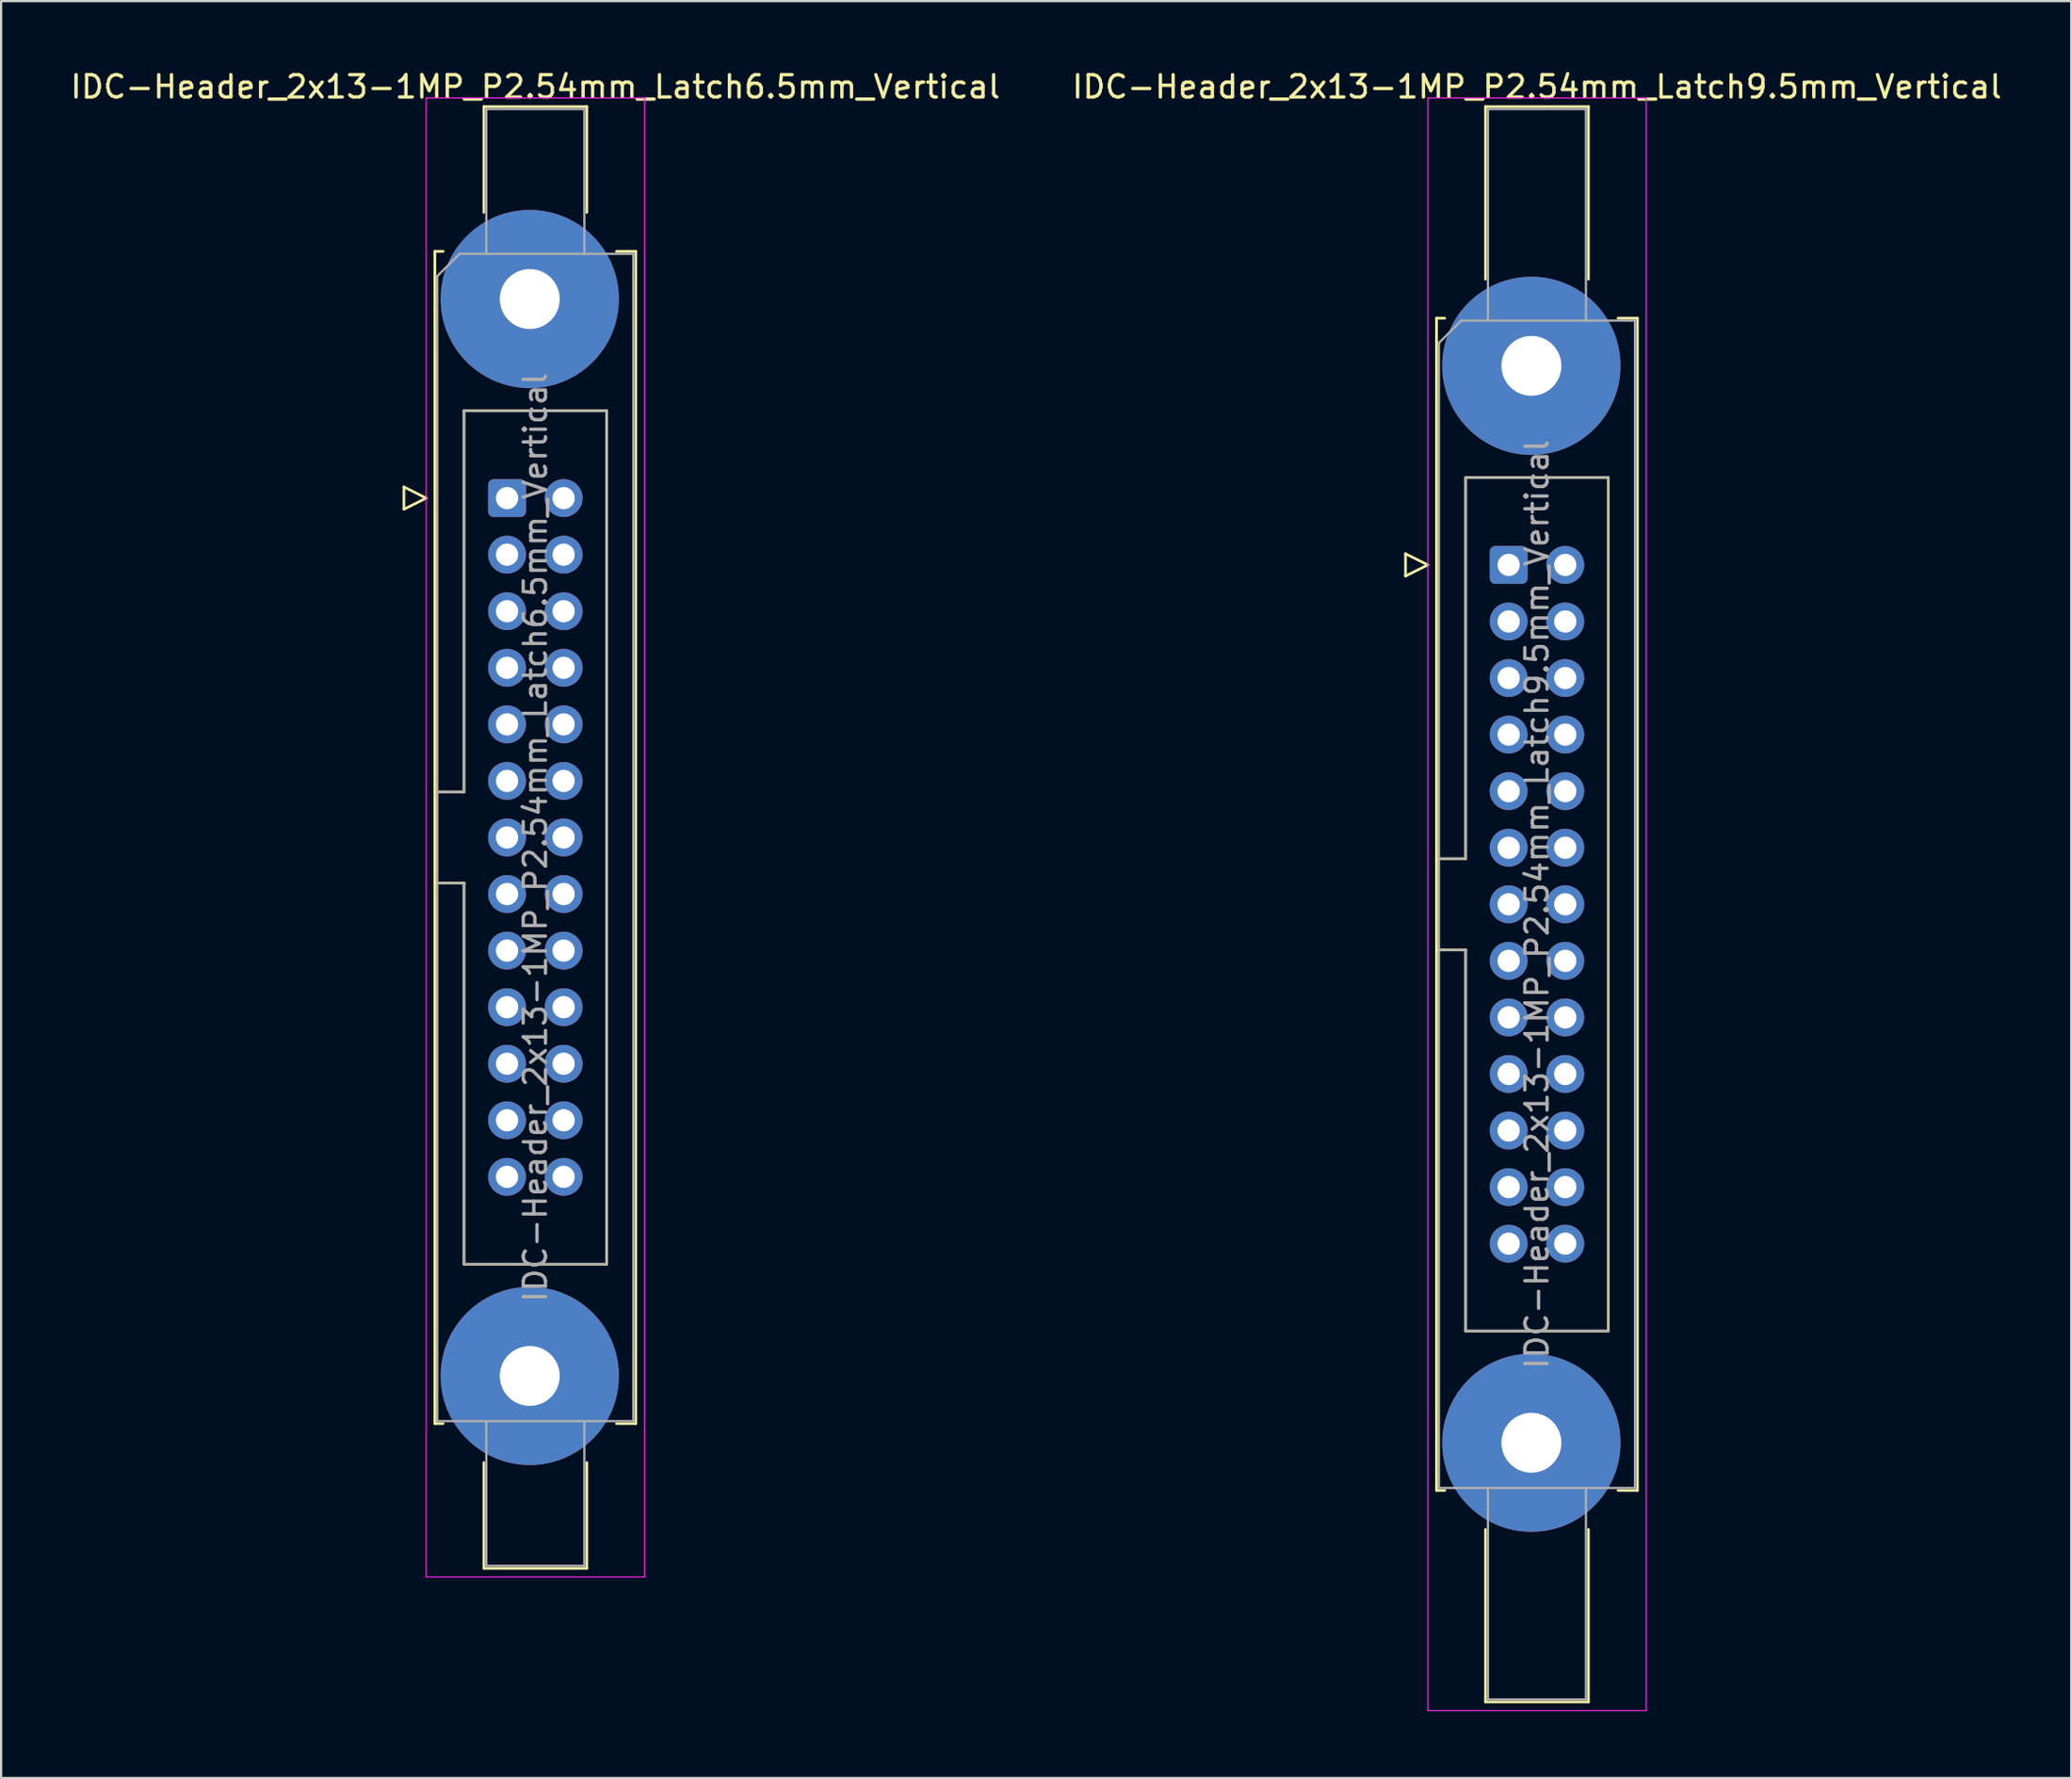
<source format=kicad_pcb>
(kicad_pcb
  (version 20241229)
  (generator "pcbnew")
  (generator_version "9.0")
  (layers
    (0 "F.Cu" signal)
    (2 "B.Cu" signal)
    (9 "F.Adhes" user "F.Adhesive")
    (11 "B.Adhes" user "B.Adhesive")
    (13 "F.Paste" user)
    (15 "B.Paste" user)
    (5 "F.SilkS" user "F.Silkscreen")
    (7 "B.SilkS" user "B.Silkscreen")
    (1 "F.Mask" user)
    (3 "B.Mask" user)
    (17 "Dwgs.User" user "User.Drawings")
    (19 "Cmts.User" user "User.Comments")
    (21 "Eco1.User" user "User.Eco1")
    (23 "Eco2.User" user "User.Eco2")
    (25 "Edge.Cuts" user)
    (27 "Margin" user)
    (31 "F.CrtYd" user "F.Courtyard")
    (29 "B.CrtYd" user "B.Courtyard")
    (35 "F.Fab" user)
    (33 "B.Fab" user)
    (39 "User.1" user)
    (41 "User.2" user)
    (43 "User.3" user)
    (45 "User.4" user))
  (footprint "IDC-Header_2x13-1MP_P2.54mm_Latch9.5mm_Vertical"
    (layer "F.Cu")
    (at 64.676 22.318)
    (property "Reference" "IDC-Header_2x13-1MP_P2.54mm_Latch9.5mm_Vertical" (at 1.27 -21.47 0) (layer "F.SilkS") (effects (font (size 1 1) (thickness 0.15))))
    (attr through_hole)
    (fp_line (start -4.63 -0.5) (end -4.63 0.5) (stroke (width 0.12) (type solid)) (layer "F.SilkS"))
    (fp_line (start -4.63 0.5) (end -3.63 0) (stroke (width 0.12) (type solid)) (layer "F.SilkS"))
    (fp_line (start -3.63 0) (end -4.63 -0.5) (stroke (width 0.12) (type solid)) (layer "F.SilkS"))
    (fp_line (start -3.24 -11.08) (end -3.24 41.56) (stroke (width 0.12) (type solid)) (layer "F.SilkS"))
    (fp_line (start -3.24 13.19) (end -1.93 13.19) (stroke (width 0.12) (type solid)) (layer "F.SilkS"))
    (fp_line (start -3.24 41.56) (end -2.87 41.56) (stroke (width 0.12) (type solid)) (layer "F.SilkS"))
    (fp_line (start -2.87 -11.08) (end -3.24 -11.08) (stroke (width 0.12) (type solid)) (layer "F.SilkS"))
    (fp_line (start -1.93 -3.92) (end 4.47 -3.92) (stroke (width 0.12) (type solid)) (layer "F.SilkS"))
    (fp_line (start -1.93 13.19) (end -1.93 -3.92) (stroke (width 0.12) (type solid)) (layer "F.SilkS"))
    (fp_line (start -1.93 17.29) (end -3.24 17.29) (stroke (width 0.12) (type solid)) (layer "F.SilkS"))
    (fp_line (start -1.93 17.29) (end -1.93 17.29) (stroke (width 0.12) (type solid)) (layer "F.SilkS"))
    (fp_line (start -1.93 34.4) (end -1.93 17.29) (stroke (width 0.12) (type solid)) (layer "F.SilkS"))
    (fp_line (start -1.04 -20.58) (end 3.58 -20.58) (stroke (width 0.12) (type solid)) (layer "F.SilkS"))
    (fp_line (start -1.04 -12.83) (end -1.04 -20.58) (stroke (width 0.12) (type solid)) (layer "F.SilkS"))
    (fp_line (start -1.04 43.31) (end -1.04 51.06) (stroke (width 0.12) (type solid)) (layer "F.SilkS"))
    (fp_line (start -1.04 51.06) (end 3.58 51.06) (stroke (width 0.12) (type solid)) (layer "F.SilkS"))
    (fp_line (start 3.58 -20.58) (end 3.58 -12.83) (stroke (width 0.12) (type solid)) (layer "F.SilkS"))
    (fp_line (start 3.58 51.06) (end 3.58 43.31) (stroke (width 0.12) (type solid)) (layer "F.SilkS"))
    (fp_line (start 4.47 -3.92) (end 4.47 34.4) (stroke (width 0.12) (type solid)) (layer "F.SilkS"))
    (fp_line (start 4.47 34.4) (end -1.93 34.4) (stroke (width 0.12) (type solid)) (layer "F.SilkS"))
    (fp_line (start 4.91 -11.08) (end 5.78 -11.08) (stroke (width 0.12) (type solid)) (layer "F.SilkS"))
    (fp_line (start 5.78 -11.08) (end 5.78 41.56) (stroke (width 0.12) (type solid)) (layer "F.SilkS"))
    (fp_line (start 5.78 41.56) (end 4.91 41.56) (stroke (width 0.12) (type solid)) (layer "F.SilkS"))
    (fp_line (start -3.63 -20.97) (end -3.63 51.45) (stroke (width 0.05) (type solid)) (layer "F.CrtYd"))
    (fp_line (start -3.63 51.45) (end 6.17 51.45) (stroke (width 0.05) (type solid)) (layer "F.CrtYd"))
    (fp_line (start 6.17 -20.97) (end -3.63 -20.97) (stroke (width 0.05) (type solid)) (layer "F.CrtYd"))
    (fp_line (start 6.17 51.45) (end 6.17 -20.97) (stroke (width 0.05) (type solid)) (layer "F.CrtYd"))
    (fp_line (start -3.13 -9.97) (end -2.13 -10.97) (stroke (width 0.1) (type solid)) (layer "F.Fab"))
    (fp_line (start -3.13 13.19) (end -1.93 13.19) (stroke (width 0.1) (type solid)) (layer "F.Fab"))
    (fp_line (start -3.13 41.45) (end -3.13 -9.97) (stroke (width 0.1) (type solid)) (layer "F.Fab"))
    (fp_line (start -2.13 -10.97) (end 5.67 -10.97) (stroke (width 0.1) (type solid)) (layer "F.Fab"))
    (fp_line (start -1.93 -3.92) (end 4.47 -3.92) (stroke (width 0.1) (type solid)) (layer "F.Fab"))
    (fp_line (start -1.93 13.19) (end -1.93 -3.92) (stroke (width 0.1) (type solid)) (layer "F.Fab"))
    (fp_line (start -1.93 17.29) (end -3.13 17.29) (stroke (width 0.1) (type solid)) (layer "F.Fab"))
    (fp_line (start -1.93 17.29) (end -1.93 17.29) (stroke (width 0.1) (type solid)) (layer "F.Fab"))
    (fp_line (start -1.93 34.4) (end -1.93 17.29) (stroke (width 0.1) (type solid)) (layer "F.Fab"))
    (fp_line (start -0.93 -20.47) (end 3.47 -20.47) (stroke (width 0.1) (type solid)) (layer "F.Fab"))
    (fp_line (start -0.93 -10.97) (end -0.93 -20.47) (stroke (width 0.1) (type solid)) (layer "F.Fab"))
    (fp_line (start -0.93 41.45) (end -0.93 50.95) (stroke (width 0.1) (type solid)) (layer "F.Fab"))
    (fp_line (start -0.93 50.95) (end 3.47 50.95) (stroke (width 0.1) (type solid)) (layer "F.Fab"))
    (fp_line (start 3.47 -20.47) (end 3.47 -10.97) (stroke (width 0.1) (type solid)) (layer "F.Fab"))
    (fp_line (start 3.47 50.95) (end 3.47 41.45) (stroke (width 0.1) (type solid)) (layer "F.Fab"))
    (fp_line (start 4.47 -3.92) (end 4.47 34.4) (stroke (width 0.1) (type solid)) (layer "F.Fab"))
    (fp_line (start 4.47 34.4) (end -1.93 34.4) (stroke (width 0.1) (type solid)) (layer "F.Fab"))
    (fp_line (start 5.67 -10.97) (end 5.67 41.45) (stroke (width 0.1) (type solid)) (layer "F.Fab"))
    (fp_line (start 5.67 41.45) (end -3.13 41.45) (stroke (width 0.1) (type solid)) (layer "F.Fab"))
    (fp_text user "${REFERENCE}" (at 1.27 15.24 90) (layer "F.Fab") (effects (font (size 1 1) (thickness 0.15))))
    (pad "1" thru_hole roundrect (at 0 0) (size 1.7 1.7) (drill 1) (layers "*.Cu" "*.Mask") (roundrect_rratio 0.147))
    (pad "2" thru_hole circle (at 2.54 0) (size 1.7 1.7) (drill 1) (layers "*.Cu" "*.Mask"))
    (pad "3" thru_hole circle (at 0 2.54) (size 1.7 1.7) (drill 1) (layers "*.Cu" "*.Mask"))
    (pad "4" thru_hole circle (at 2.54 2.54) (size 1.7 1.7) (drill 1) (layers "*.Cu" "*.Mask"))
    (pad "5" thru_hole circle (at 0 5.08) (size 1.7 1.7) (drill 1) (layers "*.Cu" "*.Mask"))
    (pad "6" thru_hole circle (at 2.54 5.08) (size 1.7 1.7) (drill 1) (layers "*.Cu" "*.Mask"))
    (pad "7" thru_hole circle (at 0 7.62) (size 1.7 1.7) (drill 1) (layers "*.Cu" "*.Mask"))
    (pad "8" thru_hole circle (at 2.54 7.62) (size 1.7 1.7) (drill 1) (layers "*.Cu" "*.Mask"))
    (pad "9" thru_hole circle (at 0 10.16) (size 1.7 1.7) (drill 1) (layers "*.Cu" "*.Mask"))
    (pad "10" thru_hole circle (at 2.54 10.16) (size 1.7 1.7) (drill 1) (layers "*.Cu" "*.Mask"))
    (pad "11" thru_hole circle (at 0 12.7) (size 1.7 1.7) (drill 1) (layers "*.Cu" "*.Mask"))
    (pad "12" thru_hole circle (at 2.54 12.7) (size 1.7 1.7) (drill 1) (layers "*.Cu" "*.Mask"))
    (pad "13" thru_hole circle (at 0 15.24) (size 1.7 1.7) (drill 1) (layers "*.Cu" "*.Mask"))
    (pad "14" thru_hole circle (at 2.54 15.24) (size 1.7 1.7) (drill 1) (layers "*.Cu" "*.Mask"))
    (pad "15" thru_hole circle (at 0 17.78) (size 1.7 1.7) (drill 1) (layers "*.Cu" "*.Mask"))
    (pad "16" thru_hole circle (at 2.54 17.78) (size 1.7 1.7) (drill 1) (layers "*.Cu" "*.Mask"))
    (pad "17" thru_hole circle (at 0 20.32) (size 1.7 1.7) (drill 1) (layers "*.Cu" "*.Mask"))
    (pad "18" thru_hole circle (at 2.54 20.32) (size 1.7 1.7) (drill 1) (layers "*.Cu" "*.Mask"))
    (pad "19" thru_hole circle (at 0 22.86) (size 1.7 1.7) (drill 1) (layers "*.Cu" "*.Mask"))
    (pad "20" thru_hole circle (at 2.54 22.86) (size 1.7 1.7) (drill 1) (layers "*.Cu" "*.Mask"))
    (pad "21" thru_hole circle (at 0 25.4) (size 1.7 1.7) (drill 1) (layers "*.Cu" "*.Mask"))
    (pad "22" thru_hole circle (at 2.54 25.4) (size 1.7 1.7) (drill 1) (layers "*.Cu" "*.Mask"))
    (pad "23" thru_hole circle (at 0 27.94) (size 1.7 1.7) (drill 1) (layers "*.Cu" "*.Mask"))
    (pad "24" thru_hole circle (at 2.54 27.94) (size 1.7 1.7) (drill 1) (layers "*.Cu" "*.Mask"))
    (pad "25" thru_hole circle (at 0 30.48) (size 1.7 1.7) (drill 1) (layers "*.Cu" "*.Mask"))
    (pad "26" thru_hole circle (at 2.54 30.48) (size 1.7 1.7) (drill 1) (layers "*.Cu" "*.Mask"))
    (pad "MP" thru_hole circle (at 1.02 -8.94) (size 8 8) (drill 2.69) (layers "*.Cu" "*.Mask"))
    (pad "MP" thru_hole circle (at 1.02 39.42) (size 8 8) (drill 2.69) (layers "*.Cu" "*.Mask")))
  (footprint "IDC-Header_2x13-1MP_P2.54mm_Latch6.5mm_Vertical"
    (layer "F.Cu")
    (at 19.712 19.318)
    (property "Reference" "IDC-Header_2x13-1MP_P2.54mm_Latch6.5mm_Vertical" (at 1.27 -18.47 0) (layer "F.SilkS") (effects (font (size 1 1) (thickness 0.15))))
    (attr through_hole)
    (fp_line (start -4.63 -0.5) (end -4.63 0.5) (stroke (width 0.12) (type solid)) (layer "F.SilkS"))
    (fp_line (start -4.63 0.5) (end -3.63 0) (stroke (width 0.12) (type solid)) (layer "F.SilkS"))
    (fp_line (start -3.63 0) (end -4.63 -0.5) (stroke (width 0.12) (type solid)) (layer "F.SilkS"))
    (fp_line (start -3.24 -11.08) (end -3.24 41.56) (stroke (width 0.12) (type solid)) (layer "F.SilkS"))
    (fp_line (start -3.24 13.19) (end -1.93 13.19) (stroke (width 0.12) (type solid)) (layer "F.SilkS"))
    (fp_line (start -3.24 41.56) (end -2.87 41.56) (stroke (width 0.12) (type solid)) (layer "F.SilkS"))
    (fp_line (start -2.87 -11.08) (end -3.24 -11.08) (stroke (width 0.12) (type solid)) (layer "F.SilkS"))
    (fp_line (start -1.93 -3.92) (end 4.47 -3.92) (stroke (width 0.12) (type solid)) (layer "F.SilkS"))
    (fp_line (start -1.93 13.19) (end -1.93 -3.92) (stroke (width 0.12) (type solid)) (layer "F.SilkS"))
    (fp_line (start -1.93 17.29) (end -3.24 17.29) (stroke (width 0.12) (type solid)) (layer "F.SilkS"))
    (fp_line (start -1.93 17.29) (end -1.93 17.29) (stroke (width 0.12) (type solid)) (layer "F.SilkS"))
    (fp_line (start -1.93 34.4) (end -1.93 17.29) (stroke (width 0.12) (type solid)) (layer "F.SilkS"))
    (fp_line (start -1.04 -17.58) (end 3.58 -17.58) (stroke (width 0.12) (type solid)) (layer "F.SilkS"))
    (fp_line (start -1.04 -12.83) (end -1.04 -17.58) (stroke (width 0.12) (type solid)) (layer "F.SilkS"))
    (fp_line (start -1.04 43.31) (end -1.04 48.06) (stroke (width 0.12) (type solid)) (layer "F.SilkS"))
    (fp_line (start -1.04 48.06) (end 3.58 48.06) (stroke (width 0.12) (type solid)) (layer "F.SilkS"))
    (fp_line (start 3.58 -17.58) (end 3.58 -12.83) (stroke (width 0.12) (type solid)) (layer "F.SilkS"))
    (fp_line (start 3.58 48.06) (end 3.58 43.31) (stroke (width 0.12) (type solid)) (layer "F.SilkS"))
    (fp_line (start 4.47 -3.92) (end 4.47 34.4) (stroke (width 0.12) (type solid)) (layer "F.SilkS"))
    (fp_line (start 4.47 34.4) (end -1.93 34.4) (stroke (width 0.12) (type solid)) (layer "F.SilkS"))
    (fp_line (start 4.91 -11.08) (end 5.78 -11.08) (stroke (width 0.12) (type solid)) (layer "F.SilkS"))
    (fp_line (start 5.78 -11.08) (end 5.78 41.56) (stroke (width 0.12) (type solid)) (layer "F.SilkS"))
    (fp_line (start 5.78 41.56) (end 4.91 41.56) (stroke (width 0.12) (type solid)) (layer "F.SilkS"))
    (fp_line (start -3.63 -17.97) (end -3.63 48.45) (stroke (width 0.05) (type solid)) (layer "F.CrtYd"))
    (fp_line (start -3.63 48.45) (end 6.17 48.45) (stroke (width 0.05) (type solid)) (layer "F.CrtYd"))
    (fp_line (start 6.17 -17.97) (end -3.63 -17.97) (stroke (width 0.05) (type solid)) (layer "F.CrtYd"))
    (fp_line (start 6.17 48.45) (end 6.17 -17.97) (stroke (width 0.05) (type solid)) (layer "F.CrtYd"))
    (fp_line (start -3.13 -9.97) (end -2.13 -10.97) (stroke (width 0.1) (type solid)) (layer "F.Fab"))
    (fp_line (start -3.13 13.19) (end -1.93 13.19) (stroke (width 0.1) (type solid)) (layer "F.Fab"))
    (fp_line (start -3.13 41.45) (end -3.13 -9.97) (stroke (width 0.1) (type solid)) (layer "F.Fab"))
    (fp_line (start -2.13 -10.97) (end 5.67 -10.97) (stroke (width 0.1) (type solid)) (layer "F.Fab"))
    (fp_line (start -1.93 -3.92) (end 4.47 -3.92) (stroke (width 0.1) (type solid)) (layer "F.Fab"))
    (fp_line (start -1.93 13.19) (end -1.93 -3.92) (stroke (width 0.1) (type solid)) (layer "F.Fab"))
    (fp_line (start -1.93 17.29) (end -3.13 17.29) (stroke (width 0.1) (type solid)) (layer "F.Fab"))
    (fp_line (start -1.93 17.29) (end -1.93 17.29) (stroke (width 0.1) (type solid)) (layer "F.Fab"))
    (fp_line (start -1.93 34.4) (end -1.93 17.29) (stroke (width 0.1) (type solid)) (layer "F.Fab"))
    (fp_line (start -0.93 -17.47) (end 3.47 -17.47) (stroke (width 0.1) (type solid)) (layer "F.Fab"))
    (fp_line (start -0.93 -10.97) (end -0.93 -17.47) (stroke (width 0.1) (type solid)) (layer "F.Fab"))
    (fp_line (start -0.93 41.45) (end -0.93 47.95) (stroke (width 0.1) (type solid)) (layer "F.Fab"))
    (fp_line (start -0.93 47.95) (end 3.47 47.95) (stroke (width 0.1) (type solid)) (layer "F.Fab"))
    (fp_line (start 3.47 -17.47) (end 3.47 -10.97) (stroke (width 0.1) (type solid)) (layer "F.Fab"))
    (fp_line (start 3.47 47.95) (end 3.47 41.45) (stroke (width 0.1) (type solid)) (layer "F.Fab"))
    (fp_line (start 4.47 -3.92) (end 4.47 34.4) (stroke (width 0.1) (type solid)) (layer "F.Fab"))
    (fp_line (start 4.47 34.4) (end -1.93 34.4) (stroke (width 0.1) (type solid)) (layer "F.Fab"))
    (fp_line (start 5.67 -10.97) (end 5.67 41.45) (stroke (width 0.1) (type solid)) (layer "F.Fab"))
    (fp_line (start 5.67 41.45) (end -3.13 41.45) (stroke (width 0.1) (type solid)) (layer "F.Fab"))
    (fp_text user "${REFERENCE}" (at 1.27 15.24 90) (layer "F.Fab") (effects (font (size 1 1) (thickness 0.15))))
    (pad "1" thru_hole roundrect (at 0 0) (size 1.7 1.7) (drill 1) (layers "*.Cu" "*.Mask") (roundrect_rratio 0.147))
    (pad "2" thru_hole circle (at 2.54 0) (size 1.7 1.7) (drill 1) (layers "*.Cu" "*.Mask"))
    (pad "3" thru_hole circle (at 0 2.54) (size 1.7 1.7) (drill 1) (layers "*.Cu" "*.Mask"))
    (pad "4" thru_hole circle (at 2.54 2.54) (size 1.7 1.7) (drill 1) (layers "*.Cu" "*.Mask"))
    (pad "5" thru_hole circle (at 0 5.08) (size 1.7 1.7) (drill 1) (layers "*.Cu" "*.Mask"))
    (pad "6" thru_hole circle (at 2.54 5.08) (size 1.7 1.7) (drill 1) (layers "*.Cu" "*.Mask"))
    (pad "7" thru_hole circle (at 0 7.62) (size 1.7 1.7) (drill 1) (layers "*.Cu" "*.Mask"))
    (pad "8" thru_hole circle (at 2.54 7.62) (size 1.7 1.7) (drill 1) (layers "*.Cu" "*.Mask"))
    (pad "9" thru_hole circle (at 0 10.16) (size 1.7 1.7) (drill 1) (layers "*.Cu" "*.Mask"))
    (pad "10" thru_hole circle (at 2.54 10.16) (size 1.7 1.7) (drill 1) (layers "*.Cu" "*.Mask"))
    (pad "11" thru_hole circle (at 0 12.7) (size 1.7 1.7) (drill 1) (layers "*.Cu" "*.Mask"))
    (pad "12" thru_hole circle (at 2.54 12.7) (size 1.7 1.7) (drill 1) (layers "*.Cu" "*.Mask"))
    (pad "13" thru_hole circle (at 0 15.24) (size 1.7 1.7) (drill 1) (layers "*.Cu" "*.Mask"))
    (pad "14" thru_hole circle (at 2.54 15.24) (size 1.7 1.7) (drill 1) (layers "*.Cu" "*.Mask"))
    (pad "15" thru_hole circle (at 0 17.78) (size 1.7 1.7) (drill 1) (layers "*.Cu" "*.Mask"))
    (pad "16" thru_hole circle (at 2.54 17.78) (size 1.7 1.7) (drill 1) (layers "*.Cu" "*.Mask"))
    (pad "17" thru_hole circle (at 0 20.32) (size 1.7 1.7) (drill 1) (layers "*.Cu" "*.Mask"))
    (pad "18" thru_hole circle (at 2.54 20.32) (size 1.7 1.7) (drill 1) (layers "*.Cu" "*.Mask"))
    (pad "19" thru_hole circle (at 0 22.86) (size 1.7 1.7) (drill 1) (layers "*.Cu" "*.Mask"))
    (pad "20" thru_hole circle (at 2.54 22.86) (size 1.7 1.7) (drill 1) (layers "*.Cu" "*.Mask"))
    (pad "21" thru_hole circle (at 0 25.4) (size 1.7 1.7) (drill 1) (layers "*.Cu" "*.Mask"))
    (pad "22" thru_hole circle (at 2.54 25.4) (size 1.7 1.7) (drill 1) (layers "*.Cu" "*.Mask"))
    (pad "23" thru_hole circle (at 0 27.94) (size 1.7 1.7) (drill 1) (layers "*.Cu" "*.Mask"))
    (pad "24" thru_hole circle (at 2.54 27.94) (size 1.7 1.7) (drill 1) (layers "*.Cu" "*.Mask"))
    (pad "25" thru_hole circle (at 0 30.48) (size 1.7 1.7) (drill 1) (layers "*.Cu" "*.Mask"))
    (pad "26" thru_hole circle (at 2.54 30.48) (size 1.7 1.7) (drill 1) (layers "*.Cu" "*.Mask"))
    (pad "MP" thru_hole circle (at 1.02 -8.94) (size 8 8) (drill 2.69) (layers "*.Cu" "*.Mask"))
    (pad "MP" thru_hole circle (at 1.02 39.42) (size 8 8) (drill 2.69) (layers "*.Cu" "*.Mask")))
  (gr_rect
    (start -3 -3)
    (end 89.929 76.793)
    (stroke (width 0.1) (type default))
    (fill no)
    (layer "Edge.Cuts")))
</source>
